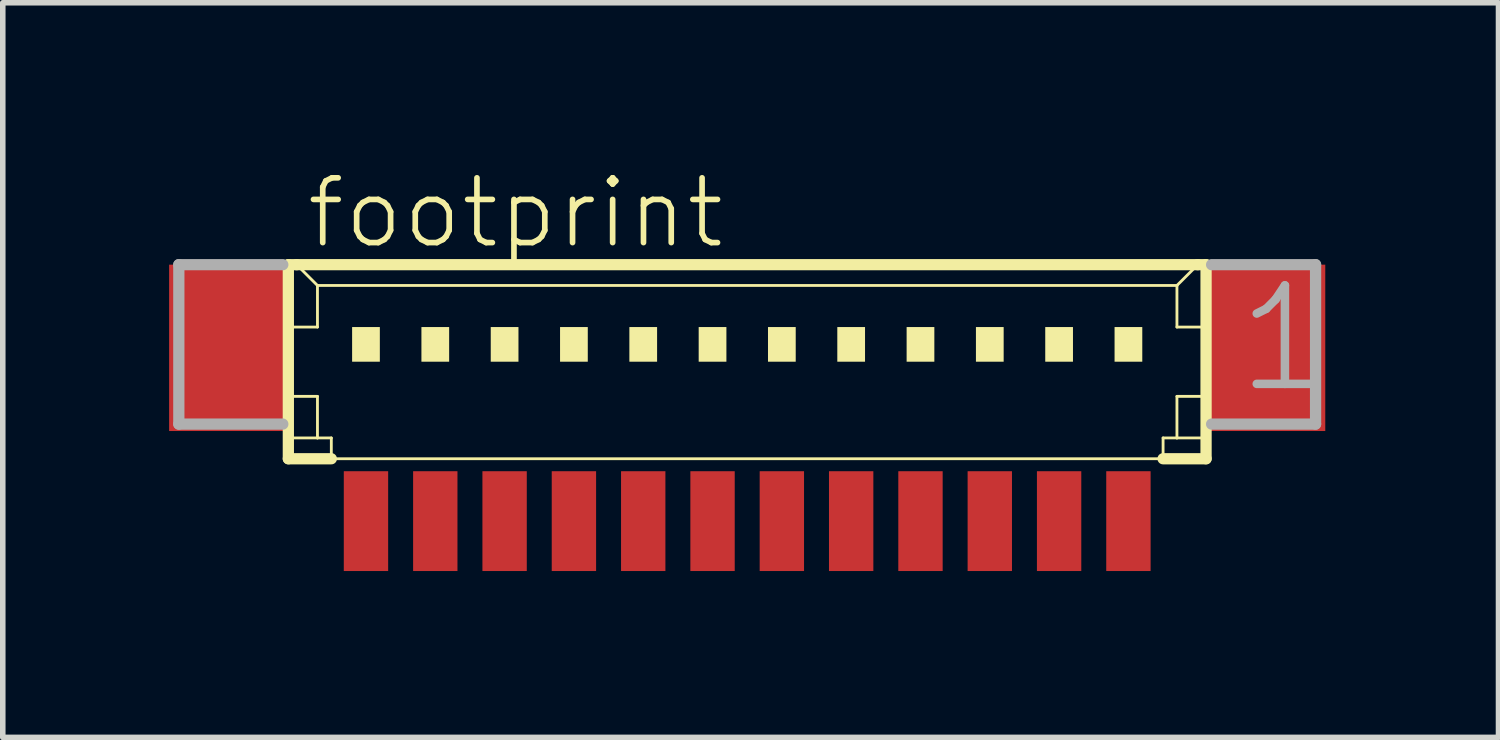
<source format=kicad_pcb>
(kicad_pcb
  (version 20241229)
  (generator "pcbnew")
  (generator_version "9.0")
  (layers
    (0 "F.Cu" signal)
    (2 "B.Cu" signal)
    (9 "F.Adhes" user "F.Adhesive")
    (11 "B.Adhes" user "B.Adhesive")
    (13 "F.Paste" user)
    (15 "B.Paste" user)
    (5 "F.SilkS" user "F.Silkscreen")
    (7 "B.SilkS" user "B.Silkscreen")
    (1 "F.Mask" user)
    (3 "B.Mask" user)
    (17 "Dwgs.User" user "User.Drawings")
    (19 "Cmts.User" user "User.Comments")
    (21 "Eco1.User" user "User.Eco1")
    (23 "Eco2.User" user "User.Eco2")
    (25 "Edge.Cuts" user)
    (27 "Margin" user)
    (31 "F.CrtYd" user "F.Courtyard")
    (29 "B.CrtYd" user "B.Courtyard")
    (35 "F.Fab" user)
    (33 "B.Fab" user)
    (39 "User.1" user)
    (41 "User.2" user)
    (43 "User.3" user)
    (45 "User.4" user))
  (footprint "footprint"
    (layer "F.Cu")
    (at 10.425 3.848)
    (property "Reference" "footprint" (at -8 -2.375 0) (layer "F.SilkS") (effects (font (size 1.168 1.168) (thickness 0.102)) (justify left bottom)))
    (fp_line (start -8.275 -2.125) (end -8.275 1.375) (stroke (width 0.203) (type solid)) (layer "F.SilkS"))
    (fp_line (start -8.275 1.375) (end -7.5 1.375) (stroke (width 0.203) (type solid)) (layer "F.SilkS"))
    (fp_line (start -8.25 -1) (end -7.75 -1) (stroke (width 0.051) (type solid)) (layer "F.SilkS"))
    (fp_line (start -8.25 0.25) (end -7.75 0.25) (stroke (width 0.051) (type solid)) (layer "F.SilkS"))
    (fp_line (start -8.25 1) (end -7.75 1) (stroke (width 0.051) (type solid)) (layer "F.SilkS"))
    (fp_line (start -8.125 -2.125) (end -8.275 -2.125) (stroke (width 0.203) (type solid)) (layer "F.SilkS"))
    (fp_line (start -7.75 -1.75) (end -8.125 -2.125) (stroke (width 0.051) (type solid)) (layer "F.SilkS"))
    (fp_line (start -7.75 -1.75) (end 7.75 -1.75) (stroke (width 0.051) (type solid)) (layer "F.SilkS"))
    (fp_line (start -7.75 -1) (end -7.75 -1.75) (stroke (width 0.051) (type solid)) (layer "F.SilkS"))
    (fp_line (start -7.75 0.25) (end -7.75 1) (stroke (width 0.051) (type solid)) (layer "F.SilkS"))
    (fp_line (start -7.75 1) (end -7.5 1) (stroke (width 0.051) (type solid)) (layer "F.SilkS"))
    (fp_line (start -7.5 1) (end -7.5 1.375) (stroke (width 0.051) (type solid)) (layer "F.SilkS"))
    (fp_line (start -7.5 1.375) (end 7.5 1.375) (stroke (width 0.051) (type solid)) (layer "F.SilkS"))
    (fp_line (start 7.5 1) (end 7.5 1.375) (stroke (width 0.051) (type solid)) (layer "F.SilkS"))
    (fp_line (start 7.5 1) (end 7.75 1) (stroke (width 0.051) (type solid)) (layer "F.SilkS"))
    (fp_line (start 7.5 1.375) (end 8.275 1.375) (stroke (width 0.203) (type solid)) (layer "F.SilkS"))
    (fp_line (start 7.75 -1.75) (end 7.75 -1) (stroke (width 0.051) (type solid)) (layer "F.SilkS"))
    (fp_line (start 7.75 -1.75) (end 8.125 -2.125) (stroke (width 0.051) (type solid)) (layer "F.SilkS"))
    (fp_line (start 7.75 -1) (end 8.25 -1) (stroke (width 0.051) (type solid)) (layer "F.SilkS"))
    (fp_line (start 7.75 0.25) (end 7.75 1) (stroke (width 0.051) (type solid)) (layer "F.SilkS"))
    (fp_line (start 7.75 0.25) (end 8.25 0.25) (stroke (width 0.051) (type solid)) (layer "F.SilkS"))
    (fp_line (start 7.75 1) (end 8.25 1) (stroke (width 0.051) (type solid)) (layer "F.SilkS"))
    (fp_line (start 8.125 -2.125) (end -8.125 -2.125) (stroke (width 0.203) (type solid)) (layer "F.SilkS"))
    (fp_line (start 8.275 -2.125) (end 8.125 -2.125) (stroke (width 0.203) (type solid)) (layer "F.SilkS"))
    (fp_line (start 8.275 1.375) (end 8.275 -2.125) (stroke (width 0.203) (type solid)) (layer "F.SilkS"))
    (fp_poly (pts (xy -7.125 -0.375) (xy -6.625 -0.375) (xy -6.625 -1) (xy -7.125 -1)) (stroke (width 0) (type solid)) (fill yes) (layer "F.SilkS"))
    (fp_poly (pts (xy -5.875 -0.375) (xy -5.375 -0.375) (xy -5.375 -1) (xy -5.875 -1)) (stroke (width 0) (type solid)) (fill yes) (layer "F.SilkS"))
    (fp_poly (pts (xy -4.625 -0.375) (xy -4.125 -0.375) (xy -4.125 -1) (xy -4.625 -1)) (stroke (width 0) (type solid)) (fill yes) (layer "F.SilkS"))
    (fp_poly (pts (xy -3.375 -0.375) (xy -2.875 -0.375) (xy -2.875 -1) (xy -3.375 -1)) (stroke (width 0) (type solid)) (fill yes) (layer "F.SilkS"))
    (fp_poly (pts (xy -2.125 -0.375) (xy -1.625 -0.375) (xy -1.625 -1) (xy -2.125 -1)) (stroke (width 0) (type solid)) (fill yes) (layer "F.SilkS"))
    (fp_poly (pts (xy -0.875 -0.375) (xy -0.375 -0.375) (xy -0.375 -1) (xy -0.875 -1)) (stroke (width 0) (type solid)) (fill yes) (layer "F.SilkS"))
    (fp_poly (pts (xy 0.375 -0.375) (xy 0.875 -0.375) (xy 0.875 -1) (xy 0.375 -1)) (stroke (width 0) (type solid)) (fill yes) (layer "F.SilkS"))
    (fp_poly (pts (xy 1.625 -0.375) (xy 2.125 -0.375) (xy 2.125 -1) (xy 1.625 -1)) (stroke (width 0) (type solid)) (fill yes) (layer "F.SilkS"))
    (fp_poly (pts (xy 2.875 -0.375) (xy 3.375 -0.375) (xy 3.375 -1) (xy 2.875 -1)) (stroke (width 0) (type solid)) (fill yes) (layer "F.SilkS"))
    (fp_poly (pts (xy 4.125 -0.375) (xy 4.625 -0.375) (xy 4.625 -1) (xy 4.125 -1)) (stroke (width 0) (type solid)) (fill yes) (layer "F.SilkS"))
    (fp_poly (pts (xy 5.375 -0.375) (xy 5.875 -0.375) (xy 5.875 -1) (xy 5.375 -1)) (stroke (width 0) (type solid)) (fill yes) (layer "F.SilkS"))
    (fp_poly (pts (xy 6.625 -0.375) (xy 7.125 -0.375) (xy 7.125 -1) (xy 6.625 -1)) (stroke (width 0) (type solid)) (fill yes) (layer "F.SilkS"))
    (fp_line (start -10.25 -2.125) (end -10.25 0.75) (stroke (width 0.203) (type solid)) (layer "F.Fab"))
    (fp_line (start -10.25 0.75) (end -8.375 0.75) (stroke (width 0.203) (type solid)) (layer "F.Fab"))
    (fp_line (start -8.375 -2.125) (end -10.25 -2.125) (stroke (width 0.203) (type solid)) (layer "F.Fab"))
    (fp_line (start 8.375 0.75) (end 10.25 0.75) (stroke (width 0.203) (type solid)) (layer "F.Fab"))
    (fp_line (start 10.25 -2.125) (end 8.375 -2.125) (stroke (width 0.203) (type solid)) (layer "F.Fab"))
    (fp_line (start 10.25 0.75) (end 10.25 -2.125) (stroke (width 0.203) (type solid)) (layer "F.Fab"))
    (fp_text user "1" (at 8.75 0.25 0) (layer "F.Fab") (effects (font (size 1.776 1.776) (thickness 0.154)) (justify left bottom)))
    (pad "1" smd rect (at 6.875 2.5) (size 0.8 1.8) (layers "F.Cu" "F.Mask" "F.Paste"))
    (pad "2" smd rect (at 5.625 2.5) (size 0.8 1.8) (layers "F.Cu" "F.Mask" "F.Paste"))
    (pad "3" smd rect (at 4.375 2.5) (size 0.8 1.8) (layers "F.Cu" "F.Mask" "F.Paste"))
    (pad "4" smd rect (at 3.125 2.5) (size 0.8 1.8) (layers "F.Cu" "F.Mask" "F.Paste"))
    (pad "5" smd rect (at 1.875 2.5) (size 0.8 1.8) (layers "F.Cu" "F.Mask" "F.Paste"))
    (pad "6" smd rect (at 0.625 2.5) (size 0.8 1.8) (layers "F.Cu" "F.Mask" "F.Paste"))
    (pad "7" smd rect (at -0.625 2.5) (size 0.8 1.8) (layers "F.Cu" "F.Mask" "F.Paste"))
    (pad "8" smd rect (at -1.875 2.5) (size 0.8 1.8) (layers "F.Cu" "F.Mask" "F.Paste"))
    (pad "9" smd rect (at -3.125 2.5) (size 0.8 1.8) (layers "F.Cu" "F.Mask" "F.Paste"))
    (pad "10" smd rect (at -4.375 2.5) (size 0.8 1.8) (layers "F.Cu" "F.Mask" "F.Paste"))
    (pad "11" smd rect (at -5.625 2.5) (size 0.8 1.8) (layers "F.Cu" "F.Mask" "F.Paste"))
    (pad "12" smd rect (at -6.875 2.5) (size 0.8 1.8) (layers "F.Cu" "F.Mask" "F.Paste"))
    (pad "S1" smd rect (at 9.375 -0.625) (size 2.1 3) (layers "F.Cu" "F.Mask" "F.Paste"))
    (pad "S2" smd rect (at -9.375 -0.625) (size 2.1 3) (layers "F.Cu" "F.Mask" "F.Paste")))
  (gr_rect
    (start -3 -3)
    (end 23.974 10.248)
    (stroke (width 0.1) (type default))
    (fill no)
    (layer "Edge.Cuts")))
</source>
